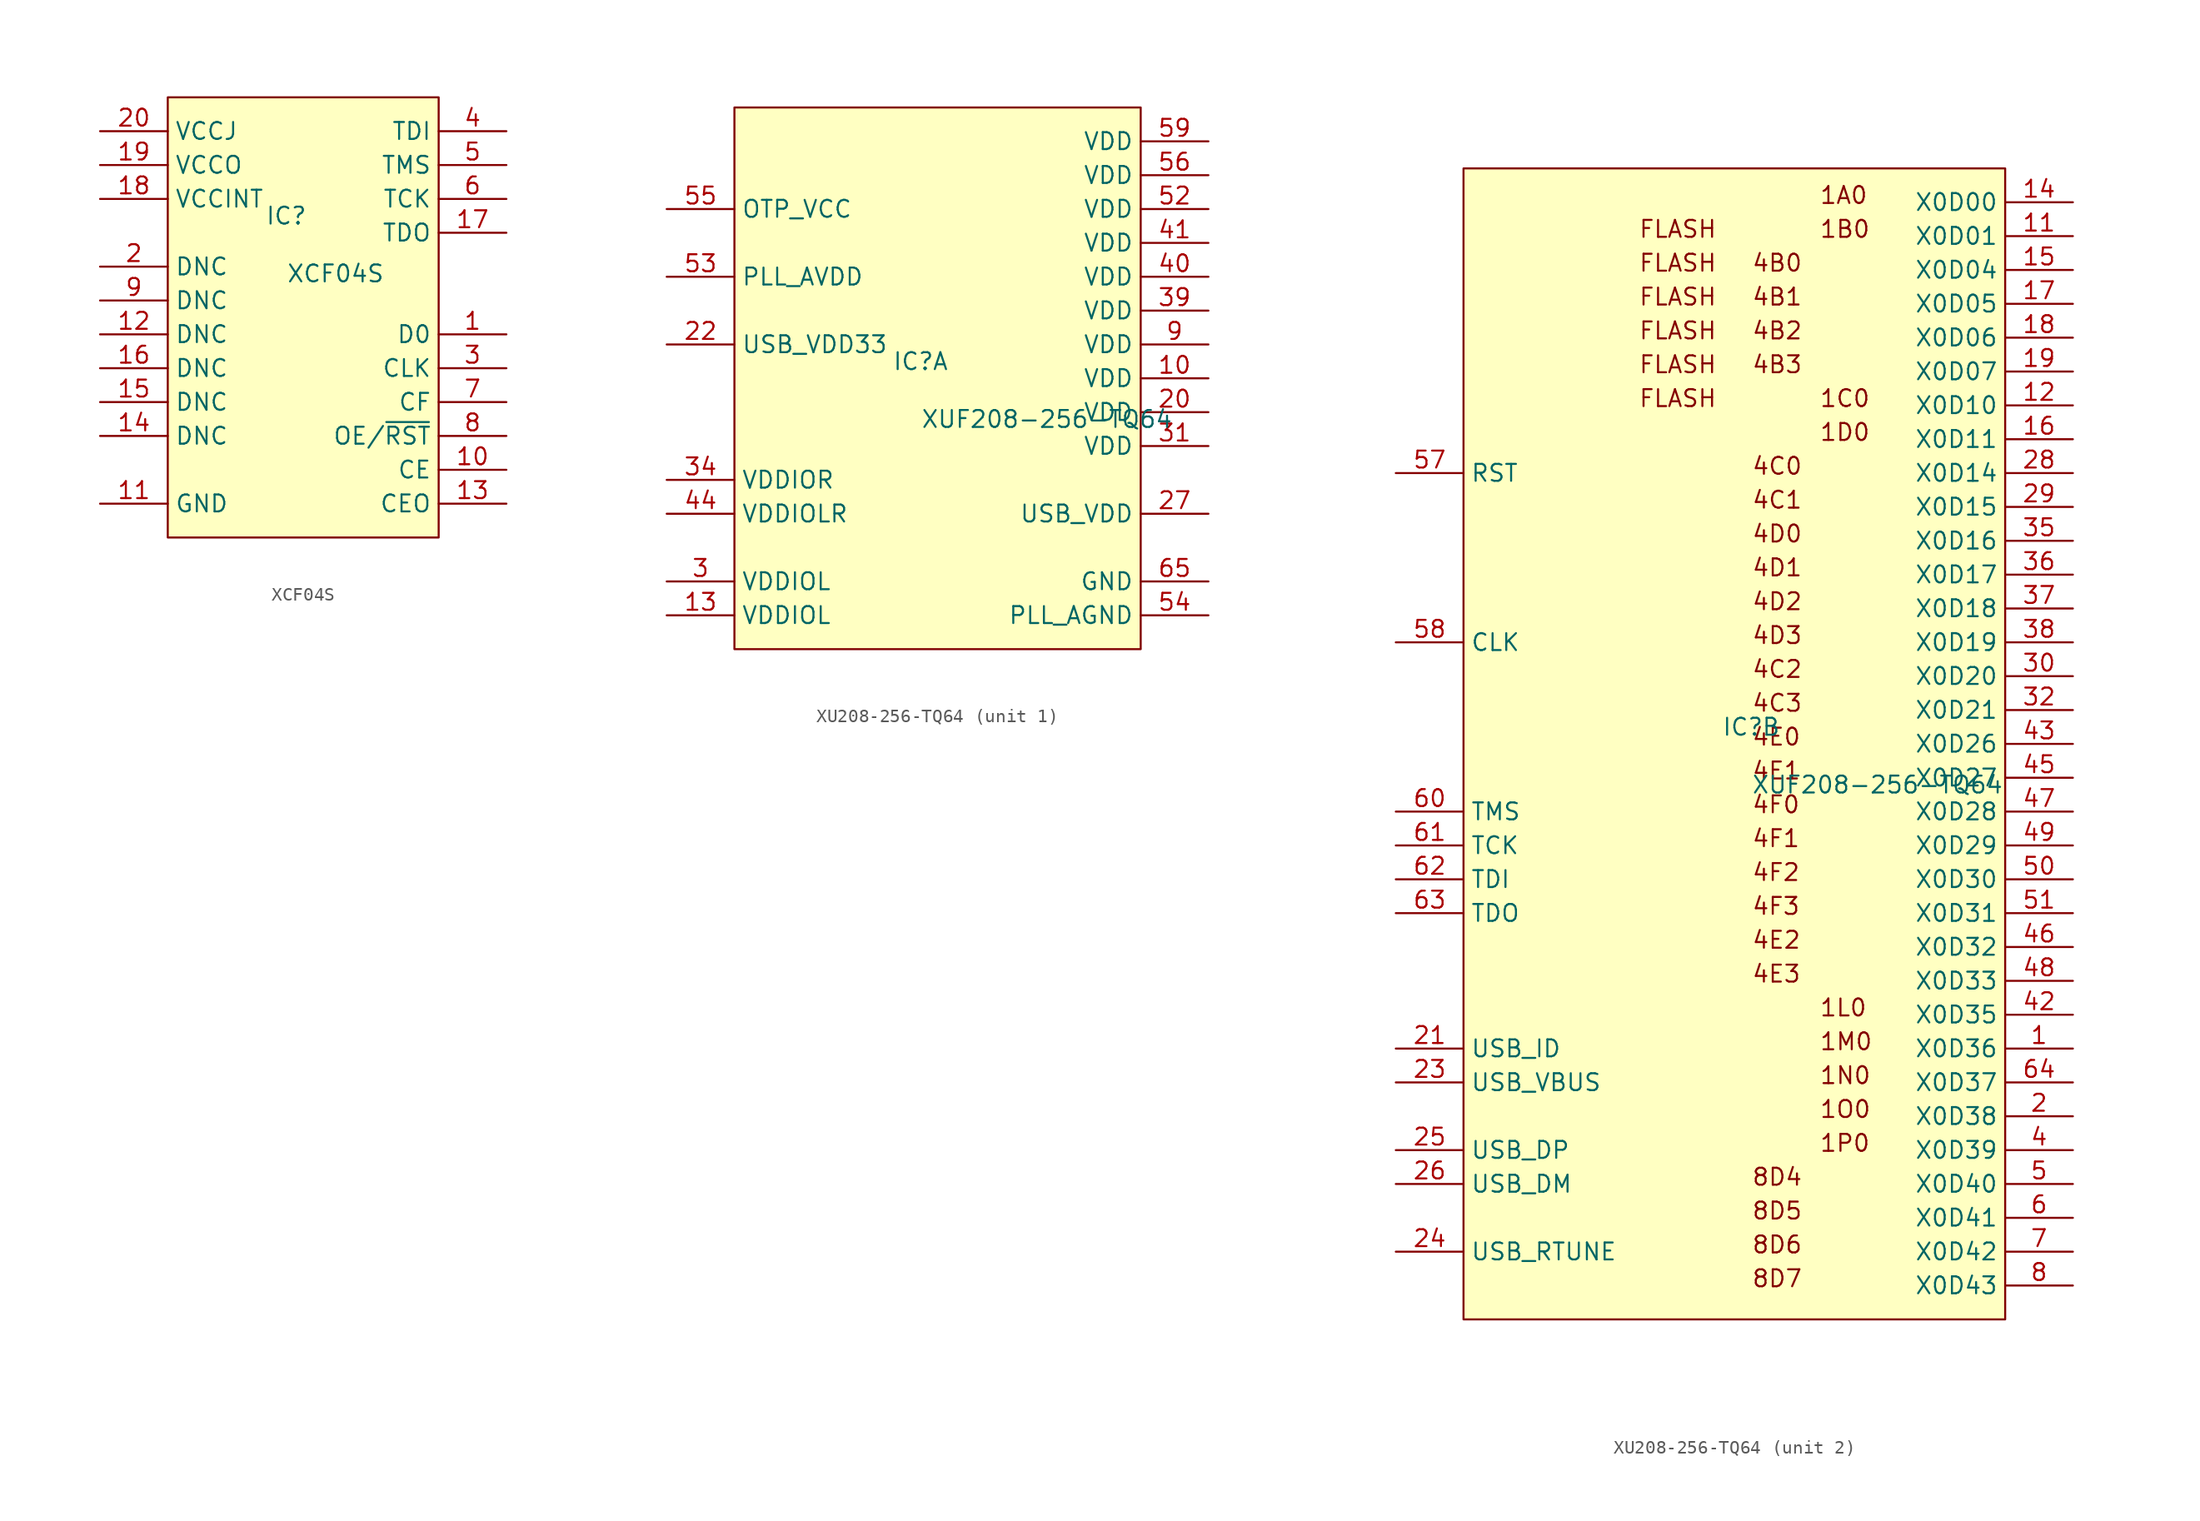
<source format=kicad_sym>
(kicad_symbol_lib
  (version 20231120)
  (generator "kicad_symbol_editor")
  (generator_version "8.0")
  (symbol "XCF04S"
    (property "Reference" "IC"
      (at -1.27 1.27 0)
      (effects (font (size 1.27 1.27))))
    (property "Value" "XCF04S"
      (at -1.27 -3.81 0)
      (effects (font (size 1.27 1.27)) (justify left bottom)))
    (symbol "XCF04S_1_0"
      (rectangle (start -10.16 10.16) (end 10.16 -22.86) (stroke (width 0) (type solid) (color 128 0 0 1)) (fill (type background)))
      (pin passive line (at 15.24 -7.62 180) (length 5.08) (name "D0" (effects (font (size 1.27 1.27)))) (number "1" (effects (font (size 1.27 1.27)))))
      (pin input line (at 15.24 -17.78 180) (length 5.08) (name "CE" (effects (font (size 1.27 1.27)))) (number "10" (effects (font (size 1.27 1.27)))))
      (pin passive line (at -15.24 -20.32 0) (length 5.08) (name "GND" (effects (font (size 1.27 1.27)))) (number "11" (effects (font (size 1.27 1.27)))))
      (pin passive line (at -15.24 -7.62 0) (length 5.08) (name "DNC" (effects (font (size 1.27 1.27)))) (number "12" (effects (font (size 1.27 1.27)))))
      (pin output line (at 15.24 -20.32 180) (length 5.08) (name "CEO" (effects (font (size 1.27 1.27)))) (number "13" (effects (font (size 1.27 1.27)))))
      (pin passive line (at -15.24 -15.24 0) (length 5.08) (name "DNC" (effects (font (size 1.27 1.27)))) (number "14" (effects (font (size 1.27 1.27)))))
      (pin passive line (at -15.24 -12.7 0) (length 5.08) (name "DNC" (effects (font (size 1.27 1.27)))) (number "15" (effects (font (size 1.27 1.27)))))
      (pin passive line (at -15.24 -10.16 0) (length 5.08) (name "DNC" (effects (font (size 1.27 1.27)))) (number "16" (effects (font (size 1.27 1.27)))))
      (pin output line (at 15.24 0 180) (length 5.08) (name "TDO" (effects (font (size 1.27 1.27)))) (number "17" (effects (font (size 1.27 1.27)))))
      (pin passive line (at -15.24 2.54 0) (length 5.08) (name "VCCINT" (effects (font (size 1.27 1.27)))) (number "18" (effects (font (size 1.27 1.27)))))
      (pin passive line (at -15.24 5.08 0) (length 5.08) (name "VCCO" (effects (font (size 1.27 1.27)))) (number "19" (effects (font (size 1.27 1.27)))))
      (pin passive line (at -15.24 -2.54 0) (length 5.08) (name "DNC" (effects (font (size 1.27 1.27)))) (number "2" (effects (font (size 1.27 1.27)))))
      (pin passive line (at -15.24 7.62 0) (length 5.08) (name "VCCJ" (effects (font (size 1.27 1.27)))) (number "20" (effects (font (size 1.27 1.27)))))
      (pin input line (at 15.24 -10.16 180) (length 5.08) (name "CLK" (effects (font (size 1.27 1.27)))) (number "3" (effects (font (size 1.27 1.27)))))
      (pin input line (at 15.24 7.62 180) (length 5.08) (name "TDI" (effects (font (size 1.27 1.27)))) (number "4" (effects (font (size 1.27 1.27)))))
      (pin input line (at 15.24 5.08 180) (length 5.08) (name "TMS" (effects (font (size 1.27 1.27)))) (number "5" (effects (font (size 1.27 1.27)))))
      (pin input line (at 15.24 2.54 180) (length 5.08) (name "TCK" (effects (font (size 1.27 1.27)))) (number "6" (effects (font (size 1.27 1.27)))))
      (pin bidirectional line (at 15.24 -12.7 180) (length 5.08) (name "CF" (effects (font (size 1.27 1.27)))) (number "7" (effects (font (size 1.27 1.27)))))
      (pin bidirectional line (at 15.24 -15.24 180) (length 5.08) (name "OE/~{RST}" (effects (font (size 1.27 1.27)))) (number "8" (effects (font (size 1.27 1.27)))))
      (pin passive line (at -15.24 -5.08 0) (length 5.08) (name "DNC" (effects (font (size 1.27 1.27)))) (number "9" (effects (font (size 1.27 1.27)))))))
  (symbol "XU208-256-TQ64"
    (property "Reference" "IC"
      (at -1.27 1.27 0)
      (effects (font (size 1.27 1.27))))
    (property "Value" "XUF208-256-TQ64"
      (at -1.27 -3.81 0)
      (effects (font (size 1.27 1.27)) (justify left bottom)))
    (symbol "XU208-256-TQ64_1_0"
      (rectangle (start -15.24 20.32) (end 15.24 -20.32) (stroke (width 0) (type solid) (color 128 0 0 1)) (fill (type background)))
      (pin power_in line (at 20.32 0 180) (length 5.08) (name "VDD" (effects (font (size 1.27 1.27)))) (number "10" (effects (font (size 1.27 1.27)))))
      (pin power_in line (at -20.32 -17.78 0) (length 5.08) (name "VDDIOL" (effects (font (size 1.27 1.27)))) (number "13" (effects (font (size 1.27 1.27)))))
      (pin power_in line (at 20.32 -2.54 180) (length 5.08) (name "VDD" (effects (font (size 1.27 1.27)))) (number "20" (effects (font (size 1.27 1.27)))))
      (pin power_in line (at -20.32 2.54 0) (length 5.08) (name "USB_VDD33" (effects (font (size 1.27 1.27)))) (number "22" (effects (font (size 1.27 1.27)))))
      (pin power_in line (at 20.32 -10.16 180) (length 5.08) (name "USB_VDD" (effects (font (size 1.27 1.27)))) (number "27" (effects (font (size 1.27 1.27)))))
      (pin power_in line (at -20.32 -15.24 0) (length 5.08) (name "VDDIOL" (effects (font (size 1.27 1.27)))) (number "3" (effects (font (size 1.27 1.27)))))
      (pin power_in line (at 20.32 -5.08 180) (length 5.08) (name "VDD" (effects (font (size 1.27 1.27)))) (number "31" (effects (font (size 1.27 1.27)))))
      (pin power_in line (at -20.32 -7.62 0) (length 5.08) (name "VDDIOR" (effects (font (size 1.27 1.27)))) (number "34" (effects (font (size 1.27 1.27)))))
      (pin power_in line (at 20.32 5.08 180) (length 5.08) (name "VDD" (effects (font (size 1.27 1.27)))) (number "39" (effects (font (size 1.27 1.27)))))
      (pin power_in line (at 20.32 7.62 180) (length 5.08) (name "VDD" (effects (font (size 1.27 1.27)))) (number "40" (effects (font (size 1.27 1.27)))))
      (pin power_in line (at 20.32 10.16 180) (length 5.08) (name "VDD" (effects (font (size 1.27 1.27)))) (number "41" (effects (font (size 1.27 1.27)))))
      (pin power_in line (at -20.32 -10.16 0) (length 5.08) (name "VDDIOLR" (effects (font (size 1.27 1.27)))) (number "44" (effects (font (size 1.27 1.27)))))
      (pin power_in line (at 20.32 12.7 180) (length 5.08) (name "VDD" (effects (font (size 1.27 1.27)))) (number "52" (effects (font (size 1.27 1.27)))))
      (pin power_in line (at -20.32 7.62 0) (length 5.08) (name "PLL_AVDD" (effects (font (size 1.27 1.27)))) (number "53" (effects (font (size 1.27 1.27)))))
      (pin power_in line (at 20.32 -17.78 180) (length 5.08) (name "PLL_AGND" (effects (font (size 1.27 1.27)))) (number "54" (effects (font (size 1.27 1.27)))))
      (pin power_in line (at -20.32 12.7 0) (length 5.08) (name "OTP_VCC" (effects (font (size 1.27 1.27)))) (number "55" (effects (font (size 1.27 1.27)))))
      (pin power_in line (at 20.32 15.24 180) (length 5.08) (name "VDD" (effects (font (size 1.27 1.27)))) (number "56" (effects (font (size 1.27 1.27)))))
      (pin power_in line (at 20.32 17.78 180) (length 5.08) (name "VDD" (effects (font (size 1.27 1.27)))) (number "59" (effects (font (size 1.27 1.27)))))
      (pin power_in line (at 20.32 -15.24 180) (length 5.08) (name "GND" (effects (font (size 1.27 1.27)))) (number "65" (effects (font (size 1.27 1.27)))))
      (pin power_in line (at 20.32 2.54 180) (length 5.08) (name "VDD" (effects (font (size 1.27 1.27)))) (number "9" (effects (font (size 1.27 1.27))))))
    (symbol "XU208-256-TQ64_2_0"
      (rectangle (start -22.86 43.18) (end 17.78 -43.18) (stroke (width 0) (type solid) (color 128 0 0 1)) (fill (type background)))
      (text "1A0" (at 3.81 41.91 0) (effects (font (size 1.27 1.27)) (justify left top)))
      (text "1B0" (at 3.81 39.37 0) (effects (font (size 1.27 1.27)) (justify left top)))
      (text "1C0" (at 3.81 26.67 0) (effects (font (size 1.27 1.27)) (justify left top)))
      (text "1D0" (at 3.81 24.13 0) (effects (font (size 1.27 1.27)) (justify left top)))
      (text "1L0" (at 3.81 -19.05 0) (effects (font (size 1.27 1.27)) (justify left top)))
      (text "1M0" (at 3.81 -21.59 0) (effects (font (size 1.27 1.27)) (justify left top)))
      (text "1N0" (at 3.81 -24.13 0) (effects (font (size 1.27 1.27)) (justify left top)))
      (text "1O0" (at 3.81 -26.67 0) (effects (font (size 1.27 1.27)) (justify left top)))
      (text "1P0" (at 3.81 -29.21 0) (effects (font (size 1.27 1.27)) (justify left top)))
      (text "4B0" (at -1.27 36.83 0) (effects (font (size 1.27 1.27)) (justify left top)))
      (text "4B1" (at -1.27 34.29 0) (effects (font (size 1.27 1.27)) (justify left top)))
      (text "4B2" (at -1.27 31.75 0) (effects (font (size 1.27 1.27)) (justify left top)))
      (text "4B3" (at -1.27 29.21 0) (effects (font (size 1.27 1.27)) (justify left top)))
      (text "4C0" (at -1.27 21.59 0) (effects (font (size 1.27 1.27)) (justify left top)))
      (text "4C1" (at -1.27 19.05 0) (effects (font (size 1.27 1.27)) (justify left top)))
      (text "4C2" (at -1.27 6.35 0) (effects (font (size 1.27 1.27)) (justify left top)))
      (text "4C3" (at -1.27 3.81 0) (effects (font (size 1.27 1.27)) (justify left top)))
      (text "4D0" (at -1.27 16.51 0) (effects (font (size 1.27 1.27)) (justify left top)))
      (text "4D1" (at -1.27 13.97 0) (effects (font (size 1.27 1.27)) (justify left top)))
      (text "4D2" (at -1.27 11.43 0) (effects (font (size 1.27 1.27)) (justify left top)))
      (text "4D3" (at -1.27 8.89 0) (effects (font (size 1.27 1.27)) (justify left top)))
      (text "4E0" (at -1.27 1.27 0) (effects (font (size 1.27 1.27)) (justify left top)))
      (text "4E1" (at -1.27 -1.27 0) (effects (font (size 1.27 1.27)) (justify left top)))
      (text "4E2" (at -1.27 -13.97 0) (effects (font (size 1.27 1.27)) (justify left top)))
      (text "4E3" (at -1.27 -16.51 0) (effects (font (size 1.27 1.27)) (justify left top)))
      (text "4F0" (at -1.27 -3.81 0) (effects (font (size 1.27 1.27)) (justify left top)))
      (text "4F1" (at -1.27 -6.35 0) (effects (font (size 1.27 1.27)) (justify left top)))
      (text "4F2" (at -1.27 -8.89 0) (effects (font (size 1.27 1.27)) (justify left top)))
      (text "4F3" (at -1.27 -11.43 0) (effects (font (size 1.27 1.27)) (justify left top)))
      (text "8D4" (at -1.27 -31.75 0) (effects (font (size 1.27 1.27)) (justify left top)))
      (text "8D5" (at -1.27 -34.29 0) (effects (font (size 1.27 1.27)) (justify left top)))
      (text "8D6" (at -1.27 -36.83 0) (effects (font (size 1.27 1.27)) (justify left top)))
      (text "8D7" (at -1.27 -39.37 0) (effects (font (size 1.27 1.27)) (justify left top)))
      (text "FLASH" (at -3.81 26.67 0) (effects (font (size 1.27 1.27)) (justify right top)))
      (text "FLASH" (at -3.81 29.21 0) (effects (font (size 1.27 1.27)) (justify right top)))
      (text "FLASH" (at -3.81 31.75 0) (effects (font (size 1.27 1.27)) (justify right top)))
      (text "FLASH" (at -3.81 34.29 0) (effects (font (size 1.27 1.27)) (justify right top)))
      (text "FLASH" (at -3.81 36.83 0) (effects (font (size 1.27 1.27)) (justify right top)))
      (text "FLASH" (at -3.81 39.37 0) (effects (font (size 1.27 1.27)) (justify right top)))
      (pin bidirectional line (at 22.86 -22.86 180) (length 5.08) (name "X0D36" (effects (font (size 1.27 1.27)))) (number "1" (effects (font (size 1.27 1.27)))))
      (pin bidirectional line (at 22.86 38.1 180) (length 5.08) (name "X0D01" (effects (font (size 1.27 1.27)))) (number "11" (effects (font (size 1.27 1.27)))))
      (pin bidirectional line (at 22.86 25.4 180) (length 5.08) (name "X0D10" (effects (font (size 1.27 1.27)))) (number "12" (effects (font (size 1.27 1.27)))))
      (pin bidirectional line (at 22.86 40.64 180) (length 5.08) (name "X0D00" (effects (font (size 1.27 1.27)))) (number "14" (effects (font (size 1.27 1.27)))))
      (pin bidirectional line (at 22.86 35.56 180) (length 5.08) (name "X0D04" (effects (font (size 1.27 1.27)))) (number "15" (effects (font (size 1.27 1.27)))))
      (pin bidirectional line (at 22.86 22.86 180) (length 5.08) (name "X0D11" (effects (font (size 1.27 1.27)))) (number "16" (effects (font (size 1.27 1.27)))))
      (pin bidirectional line (at 22.86 33.02 180) (length 5.08) (name "X0D05" (effects (font (size 1.27 1.27)))) (number "17" (effects (font (size 1.27 1.27)))))
      (pin bidirectional line (at 22.86 30.48 180) (length 5.08) (name "X0D06" (effects (font (size 1.27 1.27)))) (number "18" (effects (font (size 1.27 1.27)))))
      (pin bidirectional line (at 22.86 27.94 180) (length 5.08) (name "X0D07" (effects (font (size 1.27 1.27)))) (number "19" (effects (font (size 1.27 1.27)))))
      (pin bidirectional line (at 22.86 -27.94 180) (length 5.08) (name "X0D38" (effects (font (size 1.27 1.27)))) (number "2" (effects (font (size 1.27 1.27)))))
      (pin input line (at -27.94 -22.86 0) (length 5.08) (name "USB_ID" (effects (font (size 1.27 1.27)))) (number "21" (effects (font (size 1.27 1.27)))))
      (pin input line (at -27.94 -25.4 0) (length 5.08) (name "USB_VBUS" (effects (font (size 1.27 1.27)))) (number "23" (effects (font (size 1.27 1.27)))))
      (pin tri_state line (at -27.94 -38.1 0) (length 5.08) (name "USB_RTUNE" (effects (font (size 1.27 1.27)))) (number "24" (effects (font (size 1.27 1.27)))))
      (pin bidirectional line (at -27.94 -30.48 0) (length 5.08) (name "USB_DP" (effects (font (size 1.27 1.27)))) (number "25" (effects (font (size 1.27 1.27)))))
      (pin bidirectional line (at -27.94 -33.02 0) (length 5.08) (name "USB_DM" (effects (font (size 1.27 1.27)))) (number "26" (effects (font (size 1.27 1.27)))))
      (pin bidirectional line (at 22.86 20.32 180) (length 5.08) (name "X0D14" (effects (font (size 1.27 1.27)))) (number "28" (effects (font (size 1.27 1.27)))))
      (pin bidirectional line (at 22.86 17.78 180) (length 5.08) (name "X0D15" (effects (font (size 1.27 1.27)))) (number "29" (effects (font (size 1.27 1.27)))))
      (pin bidirectional line (at 22.86 5.08 180) (length 5.08) (name "X0D20" (effects (font (size 1.27 1.27)))) (number "30" (effects (font (size 1.27 1.27)))))
      (pin bidirectional line (at 22.86 2.54 180) (length 5.08) (name "X0D21" (effects (font (size 1.27 1.27)))) (number "32" (effects (font (size 1.27 1.27)))))
      (pin bidirectional line (at 22.86 15.24 180) (length 5.08) (name "X0D16" (effects (font (size 1.27 1.27)))) (number "35" (effects (font (size 1.27 1.27)))))
      (pin bidirectional line (at 22.86 12.7 180) (length 5.08) (name "X0D17" (effects (font (size 1.27 1.27)))) (number "36" (effects (font (size 1.27 1.27)))))
      (pin bidirectional line (at 22.86 10.16 180) (length 5.08) (name "X0D18" (effects (font (size 1.27 1.27)))) (number "37" (effects (font (size 1.27 1.27)))))
      (pin bidirectional line (at 22.86 7.62 180) (length 5.08) (name "X0D19" (effects (font (size 1.27 1.27)))) (number "38" (effects (font (size 1.27 1.27)))))
      (pin bidirectional line (at 22.86 -30.48 180) (length 5.08) (name "X0D39" (effects (font (size 1.27 1.27)))) (number "4" (effects (font (size 1.27 1.27)))))
      (pin bidirectional line (at 22.86 -20.32 180) (length 5.08) (name "X0D35" (effects (font (size 1.27 1.27)))) (number "42" (effects (font (size 1.27 1.27)))))
      (pin bidirectional line (at 22.86 0 180) (length 5.08) (name "X0D26" (effects (font (size 1.27 1.27)))) (number "43" (effects (font (size 1.27 1.27)))))
      (pin bidirectional line (at 22.86 -2.54 180) (length 5.08) (name "X0D27" (effects (font (size 1.27 1.27)))) (number "45" (effects (font (size 1.27 1.27)))))
      (pin bidirectional line (at 22.86 -15.24 180) (length 5.08) (name "X0D32" (effects (font (size 1.27 1.27)))) (number "46" (effects (font (size 1.27 1.27)))))
      (pin bidirectional line (at 22.86 -5.08 180) (length 5.08) (name "X0D28" (effects (font (size 1.27 1.27)))) (number "47" (effects (font (size 1.27 1.27)))))
      (pin bidirectional line (at 22.86 -17.78 180) (length 5.08) (name "X0D33" (effects (font (size 1.27 1.27)))) (number "48" (effects (font (size 1.27 1.27)))))
      (pin bidirectional line (at 22.86 -7.62 180) (length 5.08) (name "X0D29" (effects (font (size 1.27 1.27)))) (number "49" (effects (font (size 1.27 1.27)))))
      (pin bidirectional line (at 22.86 -33.02 180) (length 5.08) (name "X0D40" (effects (font (size 1.27 1.27)))) (number "5" (effects (font (size 1.27 1.27)))))
      (pin bidirectional line (at 22.86 -10.16 180) (length 5.08) (name "X0D30" (effects (font (size 1.27 1.27)))) (number "50" (effects (font (size 1.27 1.27)))))
      (pin bidirectional line (at 22.86 -12.7 180) (length 5.08) (name "X0D31" (effects (font (size 1.27 1.27)))) (number "51" (effects (font (size 1.27 1.27)))))
      (pin input line (at -27.94 20.32 0) (length 5.08) (name "RST" (effects (font (size 1.27 1.27)))) (number "57" (effects (font (size 1.27 1.27)))))
      (pin input line (at -27.94 7.62 0) (length 5.08) (name "CLK" (effects (font (size 1.27 1.27)))) (number "58" (effects (font (size 1.27 1.27)))))
      (pin bidirectional line (at 22.86 -35.56 180) (length 5.08) (name "X0D41" (effects (font (size 1.27 1.27)))) (number "6" (effects (font (size 1.27 1.27)))))
      (pin input line (at -27.94 -5.08 0) (length 5.08) (name "TMS" (effects (font (size 1.27 1.27)))) (number "60" (effects (font (size 1.27 1.27)))))
      (pin input line (at -27.94 -7.62 0) (length 5.08) (name "TCK" (effects (font (size 1.27 1.27)))) (number "61" (effects (font (size 1.27 1.27)))))
      (pin input line (at -27.94 -10.16 0) (length 5.08) (name "TDI" (effects (font (size 1.27 1.27)))) (number "62" (effects (font (size 1.27 1.27)))))
      (pin output line (at -27.94 -12.7 0) (length 5.08) (name "TDO" (effects (font (size 1.27 1.27)))) (number "63" (effects (font (size 1.27 1.27)))))
      (pin bidirectional line (at 22.86 -25.4 180) (length 5.08) (name "X0D37" (effects (font (size 1.27 1.27)))) (number "64" (effects (font (size 1.27 1.27)))))
      (pin bidirectional line (at 22.86 -38.1 180) (length 5.08) (name "X0D42" (effects (font (size 1.27 1.27)))) (number "7" (effects (font (size 1.27 1.27)))))
      (pin bidirectional line (at 22.86 -40.64 180) (length 5.08) (name "X0D43" (effects (font (size 1.27 1.27)))) (number "8" (effects (font (size 1.27 1.27))))))))
</source>
